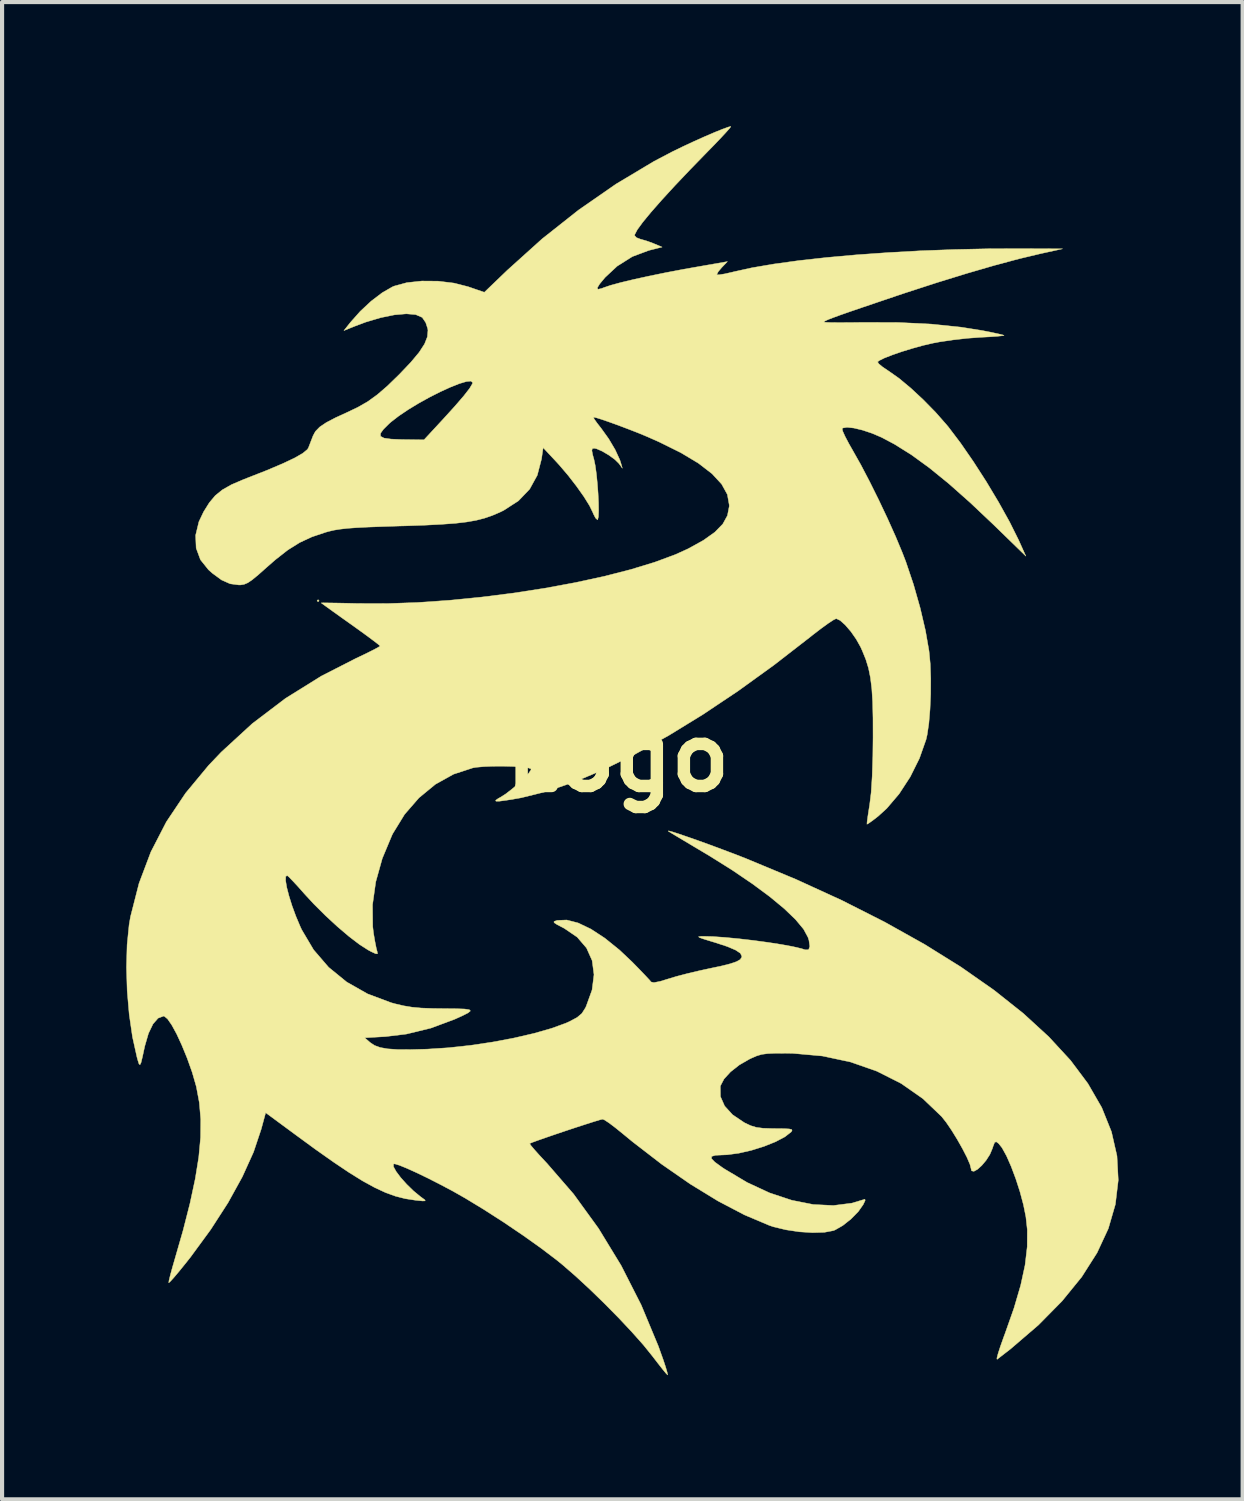
<source format=kicad_pcb>
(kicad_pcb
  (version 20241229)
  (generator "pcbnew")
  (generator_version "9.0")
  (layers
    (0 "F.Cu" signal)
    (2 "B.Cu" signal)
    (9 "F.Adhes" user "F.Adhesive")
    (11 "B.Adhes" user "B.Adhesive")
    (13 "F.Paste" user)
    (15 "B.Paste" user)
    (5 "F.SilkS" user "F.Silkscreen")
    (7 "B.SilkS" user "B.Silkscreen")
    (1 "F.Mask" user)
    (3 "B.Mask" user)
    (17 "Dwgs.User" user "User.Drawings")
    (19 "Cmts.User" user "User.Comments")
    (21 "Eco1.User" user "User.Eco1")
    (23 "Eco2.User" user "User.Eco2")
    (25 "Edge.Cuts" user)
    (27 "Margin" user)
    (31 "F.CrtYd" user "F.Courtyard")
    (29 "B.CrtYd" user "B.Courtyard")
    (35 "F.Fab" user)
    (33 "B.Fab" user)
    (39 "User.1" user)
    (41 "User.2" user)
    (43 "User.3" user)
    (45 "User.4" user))
  (footprint "Logo"
    (layer "F.Cu")
    (at 11.872 15.245)
    (property "Reference" "Logo" (at 0 0 0) (layer "F.SilkS") (effects (font (size 1.524 1.524) (thickness 0.3))))
    (attr through_hole)
    (fp_poly (pts (xy -7.214 -3.785) (xy -7.239 -3.759) (xy -7.264 -3.785) (xy -7.239 -3.81) (xy -7.214 -3.785)) (stroke (width 0.01) (type solid)) (fill yes) (layer "F.SilkS"))
    (fp_poly (pts (xy 2.71 -15.206) (xy 2.627 -15.112) (xy 2.495 -14.969) (xy 2.324 -14.79) (xy 2.18 -14.643) (xy 1.752 -14.203) (xy 1.377 -13.808) (xy 1.058 -13.46) (xy 0.799 -13.165) (xy 0.602 -12.926) (xy 0.471 -12.746) (xy 0.411 -12.631) (xy 0.406 -12.607) (xy 0.45 -12.556) (xy 0.546 -12.519) (xy 0.687 -12.479) (xy 0.852 -12.419) (xy 0.878 -12.408) (xy 1.071 -12.327) (xy 0.749 -12.246) (xy 0.353 -12.098) (xy -0.015 -11.866) (xy -0.306 -11.595) (xy -0.437 -11.437) (xy -0.495 -11.342) (xy -0.479 -11.307) (xy -0.391 -11.327) (xy -0.337 -11.348) (xy -0.175 -11.403) (xy 0.071 -11.47) (xy 0.387 -11.546) (xy 0.758 -11.627) (xy 1.167 -11.711) (xy 1.599 -11.793) (xy 1.82 -11.832) (xy 2.649 -11.977) (xy 2.509 -11.831) (xy 2.427 -11.734) (xy 2.393 -11.668) (xy 2.396 -11.659) (xy 2.454 -11.659) (xy 2.584 -11.68) (xy 2.761 -11.72) (xy 2.808 -11.732) (xy 3.245 -11.828) (xy 3.771 -11.918) (xy 4.375 -12.001) (xy 5.043 -12.075) (xy 5.765 -12.14) (xy 6.527 -12.194) (xy 7.318 -12.238) (xy 8.125 -12.268) (xy 8.936 -12.286) (xy 9.677 -12.289) (xy 10.744 -12.285) (xy 10.211 -12.168) (xy 9.695 -12.045) (xy 9.098 -11.885) (xy 8.434 -11.692) (xy 7.713 -11.47) (xy 6.949 -11.222) (xy 6.731 -11.149) (xy 6.264 -10.991) (xy 5.886 -10.863) (xy 5.586 -10.76) (xy 5.358 -10.68) (xy 5.192 -10.619) (xy 5.079 -10.575) (xy 5.013 -10.544) (xy 4.982 -10.524) (xy 4.978 -10.516) (xy 5.027 -10.509) (xy 5.161 -10.504) (xy 5.366 -10.503) (xy 5.626 -10.504) (xy 5.925 -10.508) (xy 5.956 -10.508) (xy 6.787 -10.505) (xy 7.57 -10.467) (xy 8.288 -10.393) (xy 8.808 -10.31) (xy 9.021 -10.268) (xy 9.193 -10.231) (xy 9.303 -10.204) (xy 9.33 -10.194) (xy 9.29 -10.185) (xy 9.168 -10.172) (xy 8.982 -10.159) (xy 8.752 -10.147) (xy 8.751 -10.147) (xy 8.442 -10.124) (xy 8.1 -10.085) (xy 7.779 -10.038) (xy 7.624 -10.009) (xy 7.38 -9.953) (xy 7.12 -9.881) (xy 6.862 -9.802) (xy 6.629 -9.721) (xy 6.439 -9.647) (xy 6.314 -9.585) (xy 6.276 -9.554) (xy 6.303 -9.509) (xy 6.398 -9.43) (xy 6.541 -9.334) (xy 6.552 -9.327) (xy 6.798 -9.153) (xy 7.081 -8.917) (xy 7.38 -8.639) (xy 7.673 -8.34) (xy 7.938 -8.039) (xy 7.985 -7.983) (xy 8.279 -7.595) (xy 8.59 -7.145) (xy 8.903 -6.659) (xy 9.2 -6.163) (xy 9.466 -5.685) (xy 9.682 -5.251) (xy 9.711 -5.187) (xy 9.857 -4.862) (xy 9.079 -5.619) (xy 8.514 -6.153) (xy 7.999 -6.61) (xy 7.527 -6.994) (xy 7.091 -7.311) (xy 6.683 -7.566) (xy 6.374 -7.73) (xy 6.142 -7.829) (xy 5.911 -7.906) (xy 5.703 -7.956) (xy 5.538 -7.974) (xy 5.436 -7.957) (xy 5.42 -7.941) (xy 5.433 -7.881) (xy 5.49 -7.754) (xy 5.581 -7.581) (xy 5.676 -7.414) (xy 5.87 -7.07) (xy 6.083 -6.663) (xy 6.303 -6.22) (xy 6.517 -5.768) (xy 6.712 -5.333) (xy 6.875 -4.942) (xy 6.957 -4.73) (xy 7.143 -4.178) (xy 7.304 -3.611) (xy 7.432 -3.064) (xy 7.518 -2.571) (xy 7.519 -2.561) (xy 7.548 -2.257) (xy 7.56 -1.904) (xy 7.558 -1.53) (xy 7.542 -1.161) (xy 7.514 -0.824) (xy 7.473 -0.547) (xy 7.447 -0.432) (xy 7.286 0.024) (xy 7.064 0.47) (xy 6.796 0.881) (xy 6.497 1.232) (xy 6.289 1.421) (xy 6.156 1.524) (xy 6.058 1.593) (xy 6.019 1.614) (xy 6.022 1.561) (xy 6.039 1.431) (xy 6.067 1.248) (xy 6.084 1.143) (xy 6.12 0.851) (xy 6.145 0.458) (xy 6.161 -0.034) (xy 6.166 -0.483) (xy 6.165 -0.954) (xy 6.156 -1.341) (xy 6.136 -1.66) (xy 6.103 -1.926) (xy 6.056 -2.157) (xy 5.991 -2.368) (xy 5.906 -2.577) (xy 5.866 -2.666) (xy 5.76 -2.855) (xy 5.631 -3.04) (xy 5.495 -3.198) (xy 5.371 -3.309) (xy 5.278 -3.353) (xy 5.276 -3.353) (xy 5.211 -3.322) (xy 5.084 -3.239) (xy 4.912 -3.114) (xy 4.711 -2.96) (xy 4.645 -2.907) (xy 3.77 -2.229) (xy 2.906 -1.605) (xy 2.058 -1.038) (xy 1.232 -0.531) (xy 0.436 -0.088) (xy -0.325 0.287) (xy -1.044 0.591) (xy -1.716 0.822) (xy -2.335 0.975) (xy -2.419 0.99) (xy -2.684 1.034) (xy -2.855 1.057) (xy -2.942 1.057) (xy -2.949 1.035) (xy -2.884 0.99) (xy -2.834 0.963) (xy -2.708 0.883) (xy -2.559 0.768) (xy -2.405 0.636) (xy -2.265 0.503) (xy -2.156 0.387) (xy -2.098 0.304) (xy -2.095 0.276) (xy -2.17 0.25) (xy -2.323 0.231) (xy -2.529 0.218) (xy -2.766 0.212) (xy -3.01 0.213) (xy -3.236 0.222) (xy -3.422 0.239) (xy -3.498 0.252) (xy -3.966 0.405) (xy -4.405 0.649) (xy -4.802 0.976) (xy -5.149 1.375) (xy -5.434 1.839) (xy -5.454 1.88) (xy -5.688 2.44) (xy -5.846 3.006) (xy -5.924 3.56) (xy -5.919 4.085) (xy -5.899 4.25) (xy -5.866 4.443) (xy -5.834 4.604) (xy -5.809 4.7) (xy -5.809 4.702) (xy -5.804 4.744) (xy -5.849 4.741) (xy -5.959 4.69) (xy -6.033 4.65) (xy -6.24 4.517) (xy -6.494 4.323) (xy -6.775 4.084) (xy -7.064 3.817) (xy -7.344 3.538) (xy -7.565 3.299) (xy -7.719 3.125) (xy -7.851 2.983) (xy -7.945 2.886) (xy -7.984 2.853) (xy -8.021 2.876) (xy -8.023 2.976) (xy -7.996 3.138) (xy -7.942 3.346) (xy -7.868 3.583) (xy -7.776 3.834) (xy -7.671 4.083) (xy -7.635 4.161) (xy -7.348 4.646) (xy -6.984 5.069) (xy -6.546 5.426) (xy -6.042 5.712) (xy -5.476 5.924) (xy -5.383 5.95) (xy -5.174 5.999) (xy -4.969 6.033) (xy -4.741 6.054) (xy -4.46 6.064) (xy -4.211 6.067) (xy -3.907 6.07) (xy -3.7 6.077) (xy -3.585 6.094) (xy -3.559 6.123) (xy -3.617 6.171) (xy -3.753 6.24) (xy -3.941 6.325) (xy -4.514 6.538) (xy -5.105 6.682) (xy -5.609 6.743) (xy -6.113 6.772) (xy -5.979 6.888) (xy -5.875 6.957) (xy -5.739 7.007) (xy -5.558 7.039) (xy -5.316 7.056) (xy -5.001 7.057) (xy -4.602 7.046) (xy -4.092 7.013) (xy -3.559 6.955) (xy -3.023 6.875) (xy -2.504 6.777) (xy -2.021 6.665) (xy -1.595 6.543) (xy -1.245 6.415) (xy -1.159 6.376) (xy -0.982 6.281) (xy -0.868 6.185) (xy -0.784 6.054) (xy -0.763 6.01) (xy -0.621 5.617) (xy -0.574 5.247) (xy -0.619 4.907) (xy -0.755 4.603) (xy -0.98 4.341) (xy -1.293 4.128) (xy -1.314 4.117) (xy -1.466 4.038) (xy -1.538 3.991) (xy -1.54 3.963) (xy -1.482 3.942) (xy -1.461 3.936) (xy -1.232 3.927) (xy -0.958 3.998) (xy -0.648 4.146) (xy -0.312 4.366) (xy 0.042 4.652) (xy 0.349 4.942) (xy 0.518 5.115) (xy 0.66 5.263) (xy 0.762 5.372) (xy 0.806 5.424) (xy 0.873 5.439) (xy 1.026 5.409) (xy 1.208 5.353) (xy 1.413 5.291) (xy 1.68 5.221) (xy 1.971 5.152) (xy 2.187 5.105) (xy 2.498 5.039) (xy 2.721 4.983) (xy 2.87 4.932) (xy 2.956 4.883) (xy 2.993 4.829) (xy 2.997 4.8) (xy 2.96 4.729) (xy 2.846 4.653) (xy 2.646 4.568) (xy 2.354 4.472) (xy 2.277 4.449) (xy 2.082 4.389) (xy 1.976 4.352) (xy 1.95 4.332) (xy 1.995 4.323) (xy 2.057 4.321) (xy 2.295 4.327) (xy 2.592 4.348) (xy 2.927 4.38) (xy 3.279 4.421) (xy 3.627 4.468) (xy 3.95 4.518) (xy 4.227 4.569) (xy 4.437 4.618) (xy 4.527 4.647) (xy 4.609 4.646) (xy 4.639 4.565) (xy 4.617 4.415) (xy 4.595 4.346) (xy 4.488 4.148) (xy 4.295 3.916) (xy 4.02 3.652) (xy 3.67 3.362) (xy 3.251 3.052) (xy 2.769 2.725) (xy 2.23 2.387) (xy 2.085 2.3) (xy 1.826 2.146) (xy 1.595 2.008) (xy 1.406 1.895) (xy 1.274 1.815) (xy 1.219 1.781) (xy 1.227 1.773) (xy 1.317 1.797) (xy 1.474 1.847) (xy 1.686 1.92) (xy 1.94 2.009) (xy 2.22 2.11) (xy 2.515 2.22) (xy 2.811 2.331) (xy 3.093 2.441) (xy 3.124 2.454) (xy 4.304 2.945) (xy 5.413 3.453) (xy 6.45 3.978) (xy 7.41 4.515) (xy 8.29 5.063) (xy 9.086 5.62) (xy 9.795 6.183) (xy 10.412 6.749) (xy 10.936 7.317) (xy 11.356 7.878) (xy 11.691 8.459) (xy 11.925 9.042) (xy 12.058 9.626) (xy 12.089 10.211) (xy 12.019 10.796) (xy 11.849 11.381) (xy 11.577 11.966) (xy 11.206 12.549) (xy 10.733 13.13) (xy 10.161 13.71) (xy 9.489 14.287) (xy 9.162 14.54) (xy 9.157 14.512) (xy 9.185 14.404) (xy 9.24 14.233) (xy 9.318 14.013) (xy 9.353 13.919) (xy 9.571 13.3) (xy 9.732 12.751) (xy 9.838 12.262) (xy 9.89 11.819) (xy 9.892 11.411) (xy 9.858 11.099) (xy 9.799 10.806) (xy 9.715 10.492) (xy 9.613 10.176) (xy 9.502 9.88) (xy 9.389 9.624) (xy 9.282 9.43) (xy 9.2 9.326) (xy 9.141 9.283) (xy 9.102 9.301) (xy 9.065 9.396) (xy 9.049 9.446) (xy 8.988 9.59) (xy 8.897 9.732) (xy 8.792 9.857) (xy 8.689 9.95) (xy 8.602 9.998) (xy 8.546 9.986) (xy 8.534 9.937) (xy 8.507 9.83) (xy 8.435 9.662) (xy 8.328 9.454) (xy 8.201 9.229) (xy 8.065 9.008) (xy 7.933 8.814) (xy 7.822 8.674) (xy 7.369 8.242) (xy 6.845 7.876) (xy 6.259 7.58) (xy 5.622 7.357) (xy 4.941 7.212) (xy 4.227 7.148) (xy 4.064 7.145) (xy 3.804 7.146) (xy 3.618 7.154) (xy 3.477 7.173) (xy 3.356 7.209) (xy 3.225 7.266) (xy 3.181 7.287) (xy 2.936 7.428) (xy 2.724 7.595) (xy 2.566 7.768) (xy 2.482 7.929) (xy 2.477 7.95) (xy 2.48 8.191) (xy 2.581 8.42) (xy 2.774 8.632) (xy 3.056 8.821) (xy 3.073 8.83) (xy 3.214 8.896) (xy 3.347 8.936) (xy 3.507 8.957) (xy 3.726 8.964) (xy 3.793 8.965) (xy 4.011 8.967) (xy 4.142 8.974) (xy 4.203 8.989) (xy 4.209 9.016) (xy 4.186 9.048) (xy 4.036 9.165) (xy 3.81 9.284) (xy 3.533 9.395) (xy 3.229 9.49) (xy 2.924 9.56) (xy 2.641 9.598) (xy 2.54 9.602) (xy 2.361 9.61) (xy 2.268 9.637) (xy 2.262 9.689) (xy 2.344 9.774) (xy 2.514 9.898) (xy 2.58 9.942) (xy 3.123 10.266) (xy 3.668 10.519) (xy 4.205 10.697) (xy 4.721 10.799) (xy 5.209 10.823) (xy 5.657 10.766) (xy 5.911 10.689) (xy 5.97 10.672) (xy 5.975 10.703) (xy 5.928 10.801) (xy 5.927 10.803) (xy 5.808 10.972) (xy 5.633 11.15) (xy 5.435 11.307) (xy 5.248 11.414) (xy 5.208 11.43) (xy 4.99 11.471) (xy 4.706 11.479) (xy 4.387 11.459) (xy 4.062 11.41) (xy 3.762 11.338) (xy 3.658 11.303) (xy 3.06 11.05) (xy 2.421 10.715) (xy 1.751 10.305) (xy 1.059 9.825) (xy 0.354 9.281) (xy 0.117 9.086) (xy -0.06 8.943) (xy -0.212 8.828) (xy -0.322 8.756) (xy -0.365 8.738) (xy -0.429 8.753) (xy -0.568 8.795) (xy -0.765 8.858) (xy -1 8.934) (xy -1.253 9.018) (xy -1.505 9.103) (xy -1.738 9.183) (xy -1.932 9.251) (xy -2.069 9.301) (xy -2.128 9.327) (xy -2.128 9.327) (xy -2.103 9.368) (xy -2.019 9.468) (xy -1.891 9.611) (xy -1.73 9.784) (xy -1.715 9.799) (xy -1.067 10.547) (xy -0.465 11.377) (xy 0.082 12.274) (xy 0.566 13.226) (xy 0.98 14.22) (xy 1.098 14.55) (xy 1.155 14.722) (xy 1.193 14.852) (xy 1.205 14.914) (xy 1.205 14.916) (xy 1.17 14.884) (xy 1.088 14.785) (xy 0.971 14.636) (xy 0.838 14.463) (xy 0.622 14.195) (xy 0.344 13.882) (xy 0.023 13.54) (xy -0.323 13.189) (xy -0.677 12.845) (xy -1.021 12.527) (xy -1.337 12.253) (xy -1.462 12.151) (xy -1.847 11.858) (xy -2.291 11.542) (xy -2.764 11.222) (xy -3.239 10.917) (xy -3.687 10.645) (xy -3.988 10.474) (xy -4.296 10.311) (xy -4.592 10.16) (xy -4.862 10.03) (xy -5.094 9.925) (xy -5.273 9.852) (xy -5.385 9.818) (xy -5.417 9.82) (xy -5.417 9.886) (xy -5.354 10.001) (xy -5.244 10.148) (xy -5.099 10.31) (xy -4.936 10.469) (xy -4.768 10.608) (xy -4.724 10.64) (xy -4.659 10.688) (xy -4.651 10.711) (xy -4.713 10.714) (xy -4.859 10.699) (xy -4.902 10.694) (xy -5.135 10.658) (xy -5.367 10.599) (xy -5.608 10.512) (xy -5.869 10.391) (xy -6.159 10.232) (xy -6.488 10.028) (xy -6.866 9.774) (xy -7.303 9.466) (xy -7.77 9.124) (xy -8.505 8.582) (xy -8.612 8.977) (xy -8.798 9.533) (xy -9.068 10.129) (xy -9.414 10.756) (xy -9.833 11.405) (xy -10.318 12.067) (xy -10.427 12.205) (xy -10.579 12.393) (xy -10.708 12.547) (xy -10.801 12.651) (xy -10.845 12.691) (xy -10.846 12.691) (xy -10.84 12.638) (xy -10.809 12.509) (xy -10.759 12.325) (xy -10.713 12.166) (xy -10.5 11.426) (xy -10.332 10.767) (xy -10.206 10.179) (xy -10.121 9.653) (xy -10.077 9.177) (xy -10.073 8.741) (xy -10.108 8.336) (xy -10.18 7.952) (xy -10.28 7.605) (xy -10.402 7.263) (xy -10.53 6.951) (xy -10.655 6.68) (xy -10.773 6.464) (xy -10.875 6.317) (xy -10.955 6.251) (xy -10.97 6.248) (xy -11.103 6.298) (xy -11.227 6.44) (xy -11.336 6.667) (xy -11.424 6.97) (xy -11.433 7.01) (xy -11.482 7.236) (xy -11.515 7.372) (xy -11.541 7.424) (xy -11.565 7.403) (xy -11.593 7.315) (xy -11.614 7.239) (xy -11.722 6.752) (xy -11.801 6.209) (xy -11.85 5.639) (xy -11.867 5.069) (xy -11.852 4.526) (xy -11.803 4.038) (xy -11.77 3.847) (xy -11.564 3.041) (xy -11.277 2.281) (xy -10.904 1.557) (xy -10.44 0.864) (xy -9.882 0.191) (xy -9.576 -0.13) (xy -8.828 -0.817) (xy -8.026 -1.426) (xy -7.16 -1.965) (xy -6.325 -2.392) (xy -6.105 -2.496) (xy -5.923 -2.587) (xy -5.796 -2.654) (xy -5.742 -2.689) (xy -5.741 -2.691) (xy -5.781 -2.728) (xy -5.891 -2.813) (xy -6.056 -2.936) (xy -6.264 -3.087) (xy -6.453 -3.222) (xy -6.685 -3.387) (xy -6.885 -3.53) (xy -7.04 -3.642) (xy -7.137 -3.712) (xy -7.163 -3.732) (xy -7.115 -3.734) (xy -6.981 -3.732) (xy -6.779 -3.729) (xy -6.524 -3.724) (xy -6.279 -3.718) (xy -5.577 -3.716) (xy -4.837 -3.742) (xy -4.072 -3.795) (xy -3.295 -3.872) (xy -2.518 -3.97) (xy -1.756 -4.088) (xy -1.021 -4.224) (xy -0.325 -4.375) (xy 0.317 -4.54) (xy 0.894 -4.716) (xy 1.391 -4.9) (xy 1.699 -5.04) (xy 2.068 -5.244) (xy 2.345 -5.441) (xy 2.536 -5.637) (xy 2.649 -5.842) (xy 2.692 -6.062) (xy 2.692 -6.099) (xy 2.647 -6.351) (xy 2.509 -6.601) (xy 2.277 -6.852) (xy 1.949 -7.105) (xy 1.524 -7.36) (xy 0.999 -7.62) (xy 0.717 -7.745) (xy 0.496 -7.837) (xy 0.254 -7.931) (xy 0.012 -8.023) (xy -0.213 -8.104) (xy -0.4 -8.168) (xy -0.532 -8.208) (xy -0.588 -8.217) (xy -0.589 -8.216) (xy -0.568 -8.172) (xy -0.497 -8.072) (xy -0.401 -7.949) (xy -0.22 -7.697) (xy -0.063 -7.432) (xy 0.049 -7.189) (xy 0.074 -7.112) (xy 0.111 -6.985) (xy 0.028 -7.099) (xy -0.07 -7.196) (xy -0.216 -7.302) (xy -0.375 -7.396) (xy -0.513 -7.456) (xy -0.571 -7.468) (xy -0.615 -7.458) (xy -0.626 -7.413) (xy -0.606 -7.309) (xy -0.576 -7.201) (xy -0.545 -7.053) (xy -0.517 -6.853) (xy -0.494 -6.623) (xy -0.476 -6.382) (xy -0.465 -6.153) (xy -0.462 -5.956) (xy -0.468 -5.813) (xy -0.485 -5.744) (xy -0.491 -5.74) (xy -0.538 -5.783) (xy -0.592 -5.889) (xy -0.6 -5.911) (xy -0.682 -6.08) (xy -0.819 -6.3) (xy -0.997 -6.551) (xy -1.199 -6.812) (xy -1.411 -7.061) (xy -1.486 -7.143) (xy -1.803 -7.482) (xy -1.842 -7.208) (xy -1.944 -6.816) (xy -2.129 -6.48) (xy -2.4 -6.197) (xy -2.758 -5.966) (xy -2.857 -5.918) (xy -3.038 -5.841) (xy -3.222 -5.778) (xy -3.421 -5.727) (xy -3.649 -5.687) (xy -3.92 -5.655) (xy -4.249 -5.631) (xy -4.648 -5.61) (xy -5.131 -5.593) (xy -5.258 -5.59) (xy -5.693 -5.576) (xy -6.041 -5.563) (xy -6.316 -5.549) (xy -6.533 -5.533) (xy -6.706 -5.513) (xy -6.85 -5.49) (xy -6.979 -5.46) (xy -7.061 -5.437) (xy -7.391 -5.326) (xy -7.685 -5.189) (xy -7.971 -5.01) (xy -8.273 -4.773) (xy -8.477 -4.595) (xy -8.68 -4.414) (xy -8.828 -4.292) (xy -8.937 -4.218) (xy -9.027 -4.18) (xy -9.114 -4.166) (xy -9.152 -4.166) (xy -9.363 -4.194) (xy -9.569 -4.285) (xy -9.795 -4.451) (xy -9.886 -4.532) (xy -10.08 -4.774) (xy -10.184 -5.055) (xy -10.197 -5.365) (xy -10.118 -5.692) (xy -10.005 -5.931) (xy -9.867 -6.152) (xy -9.723 -6.324) (xy -9.552 -6.463) (xy -9.332 -6.588) (xy -9.041 -6.713) (xy -8.937 -6.754) (xy -8.465 -6.939) (xy -8.089 -7.099) (xy -7.804 -7.234) (xy -7.608 -7.347) (xy -7.497 -7.439) (xy -7.473 -7.477) (xy -7.422 -7.609) (xy -7.363 -7.762) (xy -7.363 -7.764) (xy -7.33 -7.825) (xy -5.733 -7.825) (xy -5.729 -7.756) (xy -5.645 -7.713) (xy -5.473 -7.689) (xy -5.208 -7.678) (xy -5.122 -7.677) (xy -4.681 -7.671) (xy -4.219 -8.17) (xy -3.934 -8.484) (xy -3.72 -8.732) (xy -3.579 -8.913) (xy -3.512 -9.026) (xy -3.505 -9.052) (xy -3.546 -9.09) (xy -3.658 -9.079) (xy -3.829 -9.028) (xy -4.043 -8.943) (xy -4.288 -8.831) (xy -4.549 -8.699) (xy -4.812 -8.553) (xy -5.064 -8.4) (xy -5.291 -8.247) (xy -5.478 -8.102) (xy -5.522 -8.063) (xy -5.661 -7.925) (xy -5.733 -7.825) (xy -7.33 -7.825) (xy -7.302 -7.876) (xy -7.2 -7.981) (xy -7.042 -8.088) (xy -6.813 -8.208) (xy -6.557 -8.325) (xy -6.278 -8.458) (xy -6.036 -8.597) (xy -5.807 -8.763) (xy -5.566 -8.971) (xy -5.288 -9.241) (xy -5.273 -9.256) (xy -4.998 -9.545) (xy -4.798 -9.785) (xy -4.667 -9.987) (xy -4.599 -10.16) (xy -4.585 -10.316) (xy -4.59 -10.353) (xy -4.639 -10.504) (xy -4.719 -10.621) (xy -4.728 -10.63) (xy -4.881 -10.696) (xy -5.107 -10.715) (xy -5.394 -10.69) (xy -5.727 -10.622) (xy -6.09 -10.514) (xy -6.343 -10.419) (xy -6.615 -10.31) (xy -6.457 -10.509) (xy -6.22 -10.776) (xy -5.956 -11.022) (xy -5.689 -11.225) (xy -5.444 -11.366) (xy -5.399 -11.385) (xy -5.095 -11.468) (xy -4.732 -11.507) (xy -4.341 -11.504) (xy -3.955 -11.457) (xy -3.607 -11.368) (xy -3.606 -11.367) (xy -3.223 -11.235) (xy -2.666 -11.77) (xy -1.828 -12.525) (xy -0.947 -13.222) (xy -0.042 -13.85) (xy 0.871 -14.396) (xy 1.312 -14.628) (xy 1.567 -14.752) (xy 1.835 -14.877) (xy 2.098 -14.995) (xy 2.338 -15.098) (xy 2.536 -15.178) (xy 2.676 -15.228) (xy 2.731 -15.24) (xy 2.71 -15.206)) (stroke (width 0.01) (type solid)) (fill yes) (layer "F.SilkS")))
  (gr_rect
    (start -3 -3)
    (end 26.966 33.166)
    (stroke (width 0.1) (type default))
    (fill no)
    (layer "Edge.Cuts")))
</source>
